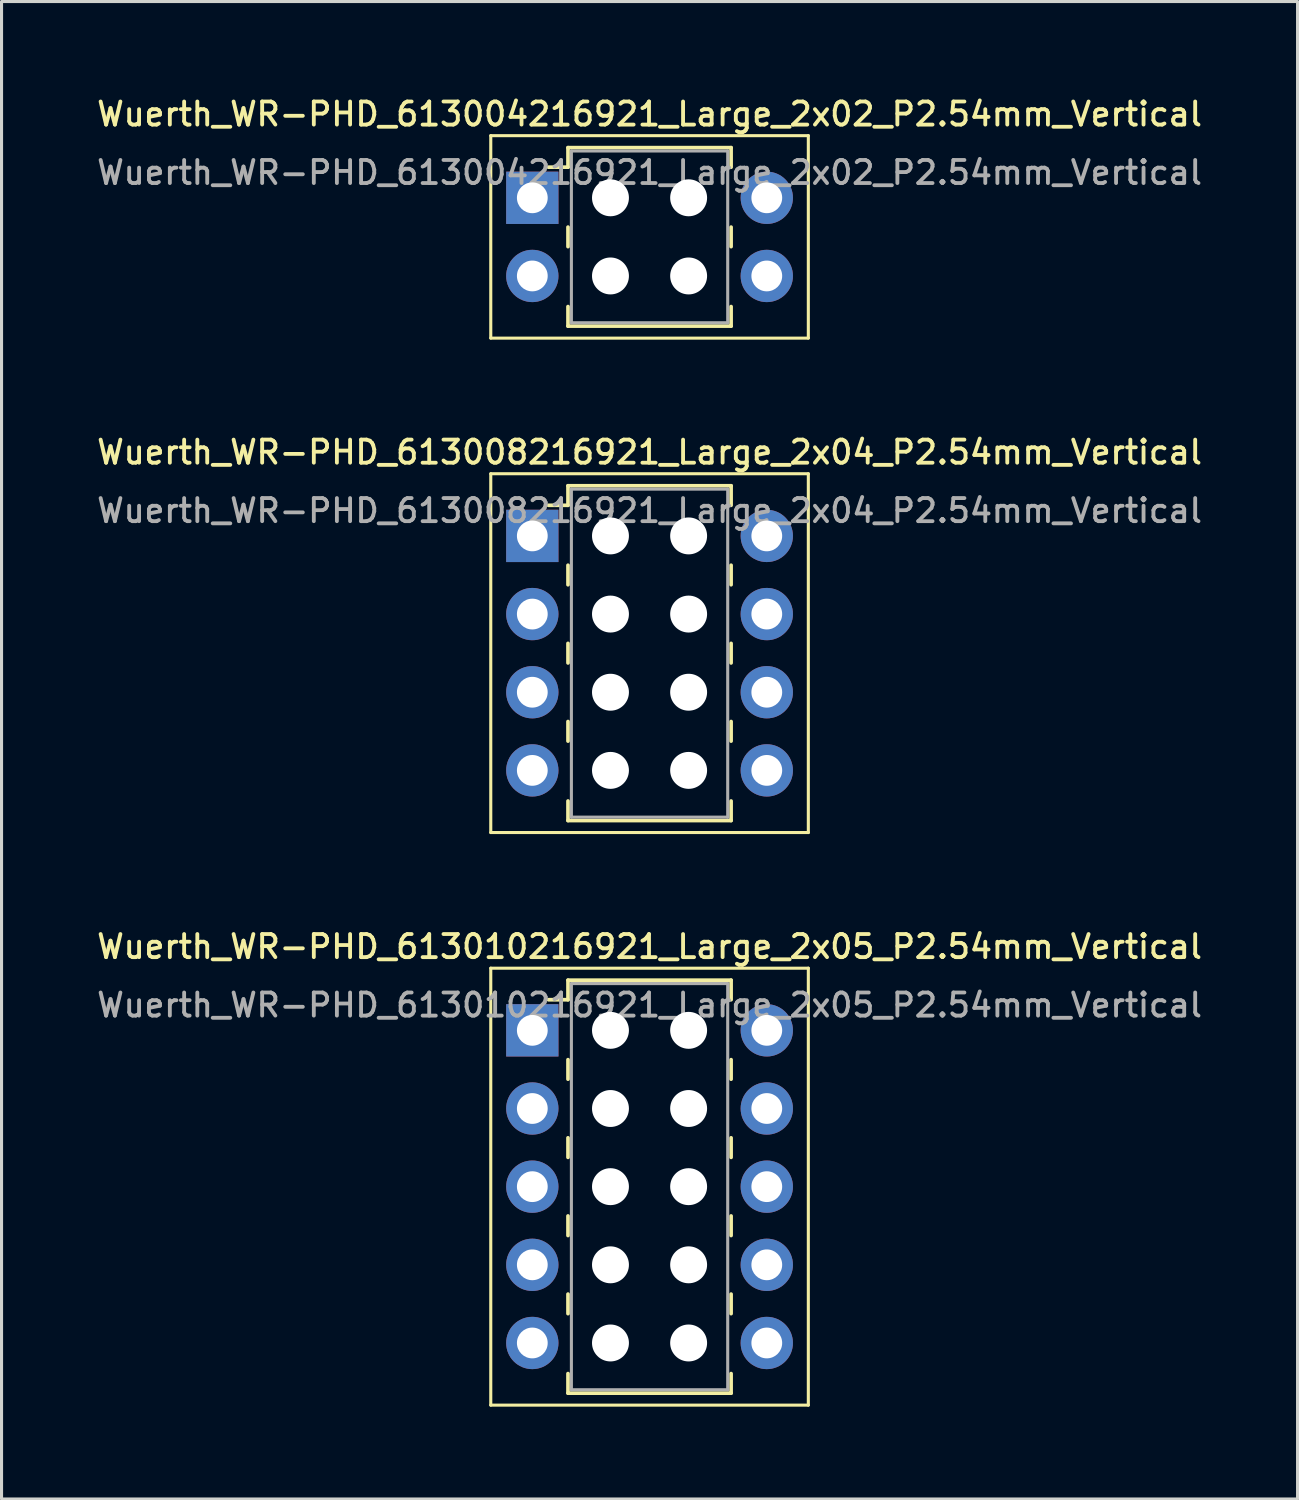
<source format=kicad_pcb>
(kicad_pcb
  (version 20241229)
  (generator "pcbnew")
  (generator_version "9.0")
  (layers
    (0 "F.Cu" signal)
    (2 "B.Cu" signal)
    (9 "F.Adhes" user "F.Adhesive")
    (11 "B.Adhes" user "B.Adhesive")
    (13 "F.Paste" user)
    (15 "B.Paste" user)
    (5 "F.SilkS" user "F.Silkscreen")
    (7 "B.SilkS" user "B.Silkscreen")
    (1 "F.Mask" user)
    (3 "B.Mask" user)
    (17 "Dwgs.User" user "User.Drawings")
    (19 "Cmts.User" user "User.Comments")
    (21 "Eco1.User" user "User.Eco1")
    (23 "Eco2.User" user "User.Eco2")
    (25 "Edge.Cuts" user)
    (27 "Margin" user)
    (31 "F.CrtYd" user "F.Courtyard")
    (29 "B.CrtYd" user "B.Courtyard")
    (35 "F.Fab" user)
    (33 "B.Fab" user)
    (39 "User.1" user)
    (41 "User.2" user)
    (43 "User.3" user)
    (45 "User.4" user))
  (footprint "Wuerth_WR-PHD_613010216921_Large_2x05_P2.54mm_Vertical"
    (layer "F.Cu")
    (at 14.249 30.434)
    (property "Reference" "Wuerth_WR-PHD_613010216921_Large_2x05_P2.54mm_Vertical" (at 3.81 -2.72 0) (layer "F.SilkS") (effects (font (size 0.75 0.75) (thickness 0.125))))
    (attr through_hole)
    (fp_line (start -1.35 -2.02) (end -1.35 12.18) (stroke (width 0.1) (type solid)) (layer "F.SilkS"))
    (fp_line (start -1.35 12.18) (end 8.97 12.18) (stroke (width 0.1) (type solid)) (layer "F.SilkS"))
    (fp_line (start 1.16 -1.63) (end 1.16 -0.995) (stroke (width 0.12) (type solid)) (layer "F.SilkS"))
    (fp_line (start 1.16 -1.63) (end 6.46 -1.63) (stroke (width 0.12) (type solid)) (layer "F.SilkS"))
    (fp_line (start 1.16 -0.995) (end 0.525 -0.995) (stroke (width 0.12) (type solid)) (layer "F.SilkS"))
    (fp_line (start 1.16 0.953) (end 1.16 1.587) (stroke (width 0.12) (type solid)) (layer "F.SilkS"))
    (fp_line (start 1.16 3.493) (end 1.16 4.128) (stroke (width 0.12) (type solid)) (layer "F.SilkS"))
    (fp_line (start 1.16 6.032) (end 1.16 6.668) (stroke (width 0.12) (type solid)) (layer "F.SilkS"))
    (fp_line (start 1.16 8.572) (end 1.16 9.207) (stroke (width 0.12) (type solid)) (layer "F.SilkS"))
    (fp_line (start 1.16 11.79) (end 1.16 11.155) (stroke (width 0.12) (type solid)) (layer "F.SilkS"))
    (fp_line (start 1.16 11.79) (end 6.46 11.79) (stroke (width 0.12) (type solid)) (layer "F.SilkS"))
    (fp_line (start 6.46 -1.63) (end 6.46 -0.995) (stroke (width 0.12) (type solid)) (layer "F.SilkS"))
    (fp_line (start 6.46 0.953) (end 6.46 1.587) (stroke (width 0.12) (type solid)) (layer "F.SilkS"))
    (fp_line (start 6.46 3.493) (end 6.46 4.128) (stroke (width 0.12) (type solid)) (layer "F.SilkS"))
    (fp_line (start 6.46 6.032) (end 6.46 6.668) (stroke (width 0.12) (type solid)) (layer "F.SilkS"))
    (fp_line (start 6.46 8.572) (end 6.46 9.207) (stroke (width 0.12) (type solid)) (layer "F.SilkS"))
    (fp_line (start 6.46 11.79) (end 6.46 11.155) (stroke (width 0.12) (type solid)) (layer "F.SilkS"))
    (fp_line (start 8.97 -2.02) (end -1.35 -2.02) (stroke (width 0.1) (type solid)) (layer "F.SilkS"))
    (fp_line (start 8.97 12.18) (end 8.97 -2.02) (stroke (width 0.1) (type solid)) (layer "F.SilkS"))
    (fp_line (start 1.27 -1.52) (end 1.27 11.68) (stroke (width 0.1) (type solid)) (layer "F.Fab"))
    (fp_line (start 1.27 11.68) (end 6.35 11.68) (stroke (width 0.1) (type solid)) (layer "F.Fab"))
    (fp_line (start 6.35 -1.52) (end 1.27 -1.52) (stroke (width 0.1) (type solid)) (layer "F.Fab"))
    (fp_line (start 6.35 11.68) (end 6.35 -1.52) (stroke (width 0.1) (type solid)) (layer "F.Fab"))
    (fp_text user "${REFERENCE}" (at 3.81 -0.82 0) (layer "F.Fab") (effects (font (size 0.75 0.75) (thickness 0.125))))
    (pad "" np_thru_hole circle (at 2.54 0) (size 1.2 1.2) (drill 1.2) (layers "*.Cu" "*.Mask"))
    (pad "" np_thru_hole circle (at 2.54 2.54) (size 1.2 1.2) (drill 1.2) (layers "*.Cu" "*.Mask"))
    (pad "" np_thru_hole circle (at 2.54 5.08) (size 1.2 1.2) (drill 1.2) (layers "*.Cu" "*.Mask"))
    (pad "" np_thru_hole circle (at 2.54 7.62) (size 1.2 1.2) (drill 1.2) (layers "*.Cu" "*.Mask"))
    (pad "" np_thru_hole circle (at 2.54 10.16) (size 1.2 1.2) (drill 1.2) (layers "*.Cu" "*.Mask"))
    (pad "" np_thru_hole circle (at 5.08 0) (size 1.2 1.2) (drill 1.2) (layers "*.Cu" "*.Mask"))
    (pad "" np_thru_hole circle (at 5.08 2.54) (size 1.2 1.2) (drill 1.2) (layers "*.Cu" "*.Mask"))
    (pad "" np_thru_hole circle (at 5.08 5.08) (size 1.2 1.2) (drill 1.2) (layers "*.Cu" "*.Mask"))
    (pad "" np_thru_hole circle (at 5.08 7.62) (size 1.2 1.2) (drill 1.2) (layers "*.Cu" "*.Mask"))
    (pad "" np_thru_hole circle (at 5.08 10.16) (size 1.2 1.2) (drill 1.2) (layers "*.Cu" "*.Mask"))
    (pad "1" thru_hole rect (at 0 0) (size 1.7 1.7) (drill 1) (layers "*.Cu" "*.Mask"))
    (pad "2" thru_hole circle (at 7.62 0) (size 1.7 1.7) (drill 1) (layers "*.Cu" "*.Mask"))
    (pad "3" thru_hole circle (at 0 2.54) (size 1.7 1.7) (drill 1) (layers "*.Cu" "*.Mask"))
    (pad "4" thru_hole circle (at 7.62 2.54) (size 1.7 1.7) (drill 1) (layers "*.Cu" "*.Mask"))
    (pad "5" thru_hole circle (at 0 5.08) (size 1.7 1.7) (drill 1) (layers "*.Cu" "*.Mask"))
    (pad "6" thru_hole circle (at 7.62 5.08) (size 1.7 1.7) (drill 1) (layers "*.Cu" "*.Mask"))
    (pad "7" thru_hole circle (at 0 7.62) (size 1.7 1.7) (drill 1) (layers "*.Cu" "*.Mask"))
    (pad "8" thru_hole circle (at 7.62 7.62) (size 1.7 1.7) (drill 1) (layers "*.Cu" "*.Mask"))
    (pad "9" thru_hole circle (at 0 10.16) (size 1.7 1.7) (drill 1) (layers "*.Cu" "*.Mask"))
    (pad "10" thru_hole circle (at 7.62 10.16) (size 1.7 1.7) (drill 1) (layers "*.Cu" "*.Mask")))
  (footprint "Wuerth_WR-PHD_613008216921_Large_2x04_P2.54mm_Vertical"
    (layer "F.Cu")
    (at 14.249 14.366)
    (property "Reference" "Wuerth_WR-PHD_613008216921_Large_2x04_P2.54mm_Vertical" (at 3.81 -2.72 0) (layer "F.SilkS") (effects (font (size 0.75 0.75) (thickness 0.125))))
    (attr through_hole)
    (fp_line (start -1.35 -2.02) (end -1.35 9.64) (stroke (width 0.1) (type solid)) (layer "F.SilkS"))
    (fp_line (start -1.35 9.64) (end 8.97 9.64) (stroke (width 0.1) (type solid)) (layer "F.SilkS"))
    (fp_line (start 1.16 -1.63) (end 1.16 -0.995) (stroke (width 0.12) (type solid)) (layer "F.SilkS"))
    (fp_line (start 1.16 -1.63) (end 6.46 -1.63) (stroke (width 0.12) (type solid)) (layer "F.SilkS"))
    (fp_line (start 1.16 -0.995) (end 0.525 -0.995) (stroke (width 0.12) (type solid)) (layer "F.SilkS"))
    (fp_line (start 1.16 0.953) (end 1.16 1.587) (stroke (width 0.12) (type solid)) (layer "F.SilkS"))
    (fp_line (start 1.16 3.493) (end 1.16 4.128) (stroke (width 0.12) (type solid)) (layer "F.SilkS"))
    (fp_line (start 1.16 6.032) (end 1.16 6.668) (stroke (width 0.12) (type solid)) (layer "F.SilkS"))
    (fp_line (start 1.16 9.25) (end 1.16 8.615) (stroke (width 0.12) (type solid)) (layer "F.SilkS"))
    (fp_line (start 1.16 9.25) (end 6.46 9.25) (stroke (width 0.12) (type solid)) (layer "F.SilkS"))
    (fp_line (start 6.46 -1.63) (end 6.46 -0.995) (stroke (width 0.12) (type solid)) (layer "F.SilkS"))
    (fp_line (start 6.46 0.953) (end 6.46 1.587) (stroke (width 0.12) (type solid)) (layer "F.SilkS"))
    (fp_line (start 6.46 3.493) (end 6.46 4.128) (stroke (width 0.12) (type solid)) (layer "F.SilkS"))
    (fp_line (start 6.46 6.032) (end 6.46 6.668) (stroke (width 0.12) (type solid)) (layer "F.SilkS"))
    (fp_line (start 6.46 9.25) (end 6.46 8.615) (stroke (width 0.12) (type solid)) (layer "F.SilkS"))
    (fp_line (start 8.97 -2.02) (end -1.35 -2.02) (stroke (width 0.1) (type solid)) (layer "F.SilkS"))
    (fp_line (start 8.97 9.64) (end 8.97 -2.02) (stroke (width 0.1) (type solid)) (layer "F.SilkS"))
    (fp_line (start 1.27 -1.52) (end 1.27 9.14) (stroke (width 0.1) (type solid)) (layer "F.Fab"))
    (fp_line (start 1.27 9.14) (end 6.35 9.14) (stroke (width 0.1) (type solid)) (layer "F.Fab"))
    (fp_line (start 6.35 -1.52) (end 1.27 -1.52) (stroke (width 0.1) (type solid)) (layer "F.Fab"))
    (fp_line (start 6.35 9.14) (end 6.35 -1.52) (stroke (width 0.1) (type solid)) (layer "F.Fab"))
    (fp_text user "${REFERENCE}" (at 3.81 -0.82 0) (layer "F.Fab") (effects (font (size 0.75 0.75) (thickness 0.125))))
    (pad "" np_thru_hole circle (at 2.54 0) (size 1.2 1.2) (drill 1.2) (layers "*.Cu" "*.Mask"))
    (pad "" np_thru_hole circle (at 2.54 2.54) (size 1.2 1.2) (drill 1.2) (layers "*.Cu" "*.Mask"))
    (pad "" np_thru_hole circle (at 2.54 5.08) (size 1.2 1.2) (drill 1.2) (layers "*.Cu" "*.Mask"))
    (pad "" np_thru_hole circle (at 2.54 7.62) (size 1.2 1.2) (drill 1.2) (layers "*.Cu" "*.Mask"))
    (pad "" np_thru_hole circle (at 5.08 0) (size 1.2 1.2) (drill 1.2) (layers "*.Cu" "*.Mask"))
    (pad "" np_thru_hole circle (at 5.08 2.54) (size 1.2 1.2) (drill 1.2) (layers "*.Cu" "*.Mask"))
    (pad "" np_thru_hole circle (at 5.08 5.08) (size 1.2 1.2) (drill 1.2) (layers "*.Cu" "*.Mask"))
    (pad "" np_thru_hole circle (at 5.08 7.62) (size 1.2 1.2) (drill 1.2) (layers "*.Cu" "*.Mask"))
    (pad "1" thru_hole rect (at 0 0) (size 1.7 1.7) (drill 1) (layers "*.Cu" "*.Mask"))
    (pad "2" thru_hole circle (at 7.62 0) (size 1.7 1.7) (drill 1) (layers "*.Cu" "*.Mask"))
    (pad "3" thru_hole circle (at 0 2.54) (size 1.7 1.7) (drill 1) (layers "*.Cu" "*.Mask"))
    (pad "4" thru_hole circle (at 7.62 2.54) (size 1.7 1.7) (drill 1) (layers "*.Cu" "*.Mask"))
    (pad "5" thru_hole circle (at 0 5.08) (size 1.7 1.7) (drill 1) (layers "*.Cu" "*.Mask"))
    (pad "6" thru_hole circle (at 7.62 5.08) (size 1.7 1.7) (drill 1) (layers "*.Cu" "*.Mask"))
    (pad "7" thru_hole circle (at 0 7.62) (size 1.7 1.7) (drill 1) (layers "*.Cu" "*.Mask"))
    (pad "8" thru_hole circle (at 7.62 7.62) (size 1.7 1.7) (drill 1) (layers "*.Cu" "*.Mask")))
  (footprint "Wuerth_WR-PHD_613004216921_Large_2x02_P2.54mm_Vertical"
    (layer "F.Cu")
    (at 14.249 3.378)
    (property "Reference" "Wuerth_WR-PHD_613004216921_Large_2x02_P2.54mm_Vertical" (at 3.81 -2.72 0) (layer "F.SilkS") (effects (font (size 0.75 0.75) (thickness 0.125))))
    (attr through_hole)
    (fp_line (start -1.35 -2.02) (end -1.35 4.56) (stroke (width 0.1) (type solid)) (layer "F.SilkS"))
    (fp_line (start -1.35 4.56) (end 8.97 4.56) (stroke (width 0.1) (type solid)) (layer "F.SilkS"))
    (fp_line (start 1.16 -1.63) (end 1.16 -0.995) (stroke (width 0.12) (type solid)) (layer "F.SilkS"))
    (fp_line (start 1.16 -1.63) (end 6.46 -1.63) (stroke (width 0.12) (type solid)) (layer "F.SilkS"))
    (fp_line (start 1.16 -0.995) (end 0.525 -0.995) (stroke (width 0.12) (type solid)) (layer "F.SilkS"))
    (fp_line (start 1.16 0.953) (end 1.16 1.587) (stroke (width 0.12) (type solid)) (layer "F.SilkS"))
    (fp_line (start 1.16 4.17) (end 1.16 3.535) (stroke (width 0.12) (type solid)) (layer "F.SilkS"))
    (fp_line (start 1.16 4.17) (end 6.46 4.17) (stroke (width 0.12) (type solid)) (layer "F.SilkS"))
    (fp_line (start 6.46 -1.63) (end 6.46 -0.995) (stroke (width 0.12) (type solid)) (layer "F.SilkS"))
    (fp_line (start 6.46 0.953) (end 6.46 1.587) (stroke (width 0.12) (type solid)) (layer "F.SilkS"))
    (fp_line (start 6.46 4.17) (end 6.46 3.535) (stroke (width 0.12) (type solid)) (layer "F.SilkS"))
    (fp_line (start 8.97 -2.02) (end -1.35 -2.02) (stroke (width 0.1) (type solid)) (layer "F.SilkS"))
    (fp_line (start 8.97 4.56) (end 8.97 -2.02) (stroke (width 0.1) (type solid)) (layer "F.SilkS"))
    (fp_line (start 1.27 -1.52) (end 1.27 4.06) (stroke (width 0.1) (type solid)) (layer "F.Fab"))
    (fp_line (start 1.27 4.06) (end 6.35 4.06) (stroke (width 0.1) (type solid)) (layer "F.Fab"))
    (fp_line (start 6.35 -1.52) (end 1.27 -1.52) (stroke (width 0.1) (type solid)) (layer "F.Fab"))
    (fp_line (start 6.35 4.06) (end 6.35 -1.52) (stroke (width 0.1) (type solid)) (layer "F.Fab"))
    (fp_text user "${REFERENCE}" (at 3.81 -0.82 0) (layer "F.Fab") (effects (font (size 0.75 0.75) (thickness 0.125))))
    (pad "" np_thru_hole circle (at 2.54 0) (size 1.2 1.2) (drill 1.2) (layers "*.Cu" "*.Mask"))
    (pad "" np_thru_hole circle (at 2.54 2.54) (size 1.2 1.2) (drill 1.2) (layers "*.Cu" "*.Mask"))
    (pad "" np_thru_hole circle (at 5.08 0) (size 1.2 1.2) (drill 1.2) (layers "*.Cu" "*.Mask"))
    (pad "" np_thru_hole circle (at 5.08 2.54) (size 1.2 1.2) (drill 1.2) (layers "*.Cu" "*.Mask"))
    (pad "1" thru_hole rect (at 0 0) (size 1.7 1.7) (drill 1) (layers "*.Cu" "*.Mask"))
    (pad "2" thru_hole circle (at 7.62 0) (size 1.7 1.7) (drill 1) (layers "*.Cu" "*.Mask"))
    (pad "3" thru_hole circle (at 0 2.54) (size 1.7 1.7) (drill 1) (layers "*.Cu" "*.Mask"))
    (pad "4" thru_hole circle (at 7.62 2.54) (size 1.7 1.7) (drill 1) (layers "*.Cu" "*.Mask")))
  (gr_rect
    (start -3 -3)
    (end 39.118 45.664)
    (stroke (width 0.1) (type default))
    (fill no)
    (layer "Edge.Cuts")))
</source>
